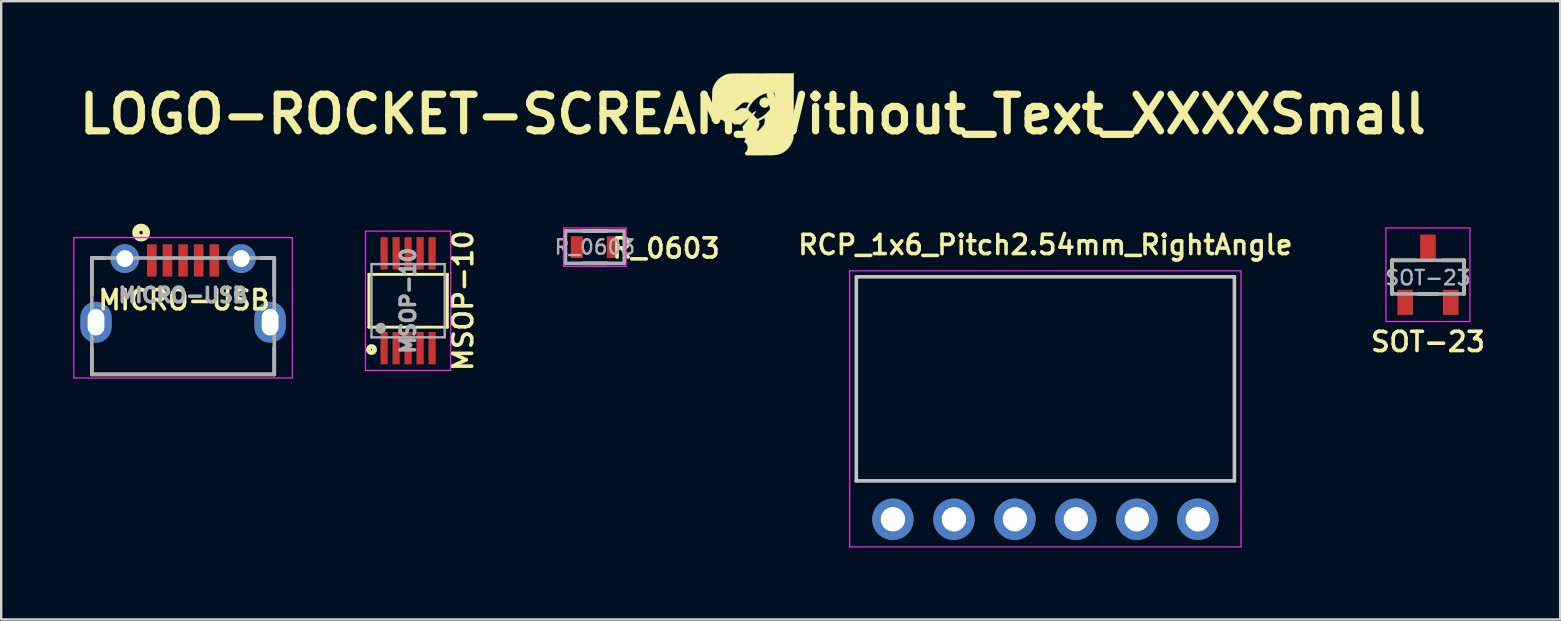
<source format=kicad_pcb>
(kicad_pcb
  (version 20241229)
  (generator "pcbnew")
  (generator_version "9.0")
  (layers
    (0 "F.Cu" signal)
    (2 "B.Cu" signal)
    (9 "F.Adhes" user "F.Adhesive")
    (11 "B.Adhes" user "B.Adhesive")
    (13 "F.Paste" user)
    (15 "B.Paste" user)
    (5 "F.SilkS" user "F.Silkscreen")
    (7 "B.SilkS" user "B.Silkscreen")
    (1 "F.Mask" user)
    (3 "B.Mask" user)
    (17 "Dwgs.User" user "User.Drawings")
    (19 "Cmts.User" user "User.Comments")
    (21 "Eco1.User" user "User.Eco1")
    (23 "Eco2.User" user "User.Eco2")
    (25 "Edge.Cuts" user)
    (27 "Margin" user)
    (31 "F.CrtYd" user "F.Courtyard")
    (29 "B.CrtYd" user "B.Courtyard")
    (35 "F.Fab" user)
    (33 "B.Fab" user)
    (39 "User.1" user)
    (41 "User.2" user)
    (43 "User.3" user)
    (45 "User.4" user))
  (footprint "MICRO-USB"
    (layer "F.Cu")
    (at 4.575 9.247)
    (property "Reference" "MICRO-USB" (at 0.045 0.202 0) (layer "F.SilkS") (effects (font (size 0.8 0.8) (thickness 0.15))))
    (attr smd)
    (fp_line (start -3.8 -1.55) (end -3.25 -1.55) (stroke (width 0.15) (type solid)) (layer "F.SilkS"))
    (fp_line (start -3.8 0) (end -3.8 -1.55) (stroke (width 0.15) (type solid)) (layer "F.SilkS"))
    (fp_line (start -3.8 3.3) (end -3.8 2.2) (stroke (width 0.15) (type solid)) (layer "F.SilkS"))
    (fp_line (start -3.8 3.3) (end 3.8 3.3) (stroke (width 0.15) (type solid)) (layer "F.SilkS"))
    (fp_line (start 3.8 0) (end 3.8 -1.55) (stroke (width 0.15) (type solid)) (layer "F.SilkS"))
    (fp_line (start 3.8 2.2) (end 3.8 3.3) (stroke (width 0.15) (type solid)) (layer "F.SilkS"))
    (fp_line (start 3.8 -1.55) (end 3.25 -1.55) (stroke (width 0.15) (type solid)) (layer "F.SilkS"))
    (fp_circle (center -1.746 -2.608) (end -1.796 -2.658) (stroke (width 0.3) (type solid)) (fill no) (layer "F.SilkS"))
    (fp_line (start -4.55 -2.4) (end -4.55 3.45) (stroke (width 0.05) (type solid)) (layer "F.CrtYd"))
    (fp_line (start -4.55 3.45) (end 4.55 3.45) (stroke (width 0.05) (type solid)) (layer "F.CrtYd"))
    (fp_line (start 4.55 -2.4) (end -4.55 -2.4) (stroke (width 0.05) (type solid)) (layer "F.CrtYd"))
    (fp_line (start 4.55 3.45) (end 4.55 -2.4) (stroke (width 0.05) (type solid)) (layer "F.CrtYd"))
    (fp_line (start -3.8 -1.55) (end 3.8 -1.55) (stroke (width 0.15) (type solid)) (layer "F.Fab"))
    (fp_line (start -3.8 3.3) (end -3.8 -1.55) (stroke (width 0.15) (type solid)) (layer "F.Fab"))
    (fp_line (start -3.8 3.3) (end 3.8 3.3) (stroke (width 0.15) (type solid)) (layer "F.Fab"))
    (fp_line (start 3.8 3.3) (end 3.8 -1.55) (stroke (width 0.15) (type solid)) (layer "F.Fab"))
    (fp_text user "${REFERENCE}" (at 0 0 0) (layer "F.Fab") (effects (font (size 0.6 0.6) (thickness 0.15))))
    (pad "1" smd rect (at -1.3 -1.45) (size 0.4 1.35) (layers "F.Cu" "F.Mask" "F.Paste"))
    (pad "2" smd rect (at -0.65 -1.45) (size 0.4 1.35) (layers "F.Cu" "F.Mask" "F.Paste"))
    (pad "3" smd rect (at 0 -1.45) (size 0.4 1.35) (layers "F.Cu" "F.Mask" "F.Paste"))
    (pad "4" smd rect (at 0.65 -1.45) (size 0.4 1.35) (layers "F.Cu" "F.Mask" "F.Paste"))
    (pad "5" smd rect (at 1.3 -1.45) (size 0.4 1.35) (layers "F.Cu" "F.Mask" "F.Paste"))
    (pad "6" thru_hole circle (at -2.425 -1.525) (size 1.2 1.2) (drill 0.7) (layers "*.Cu" "*.Mask" "F.Paste"))
    (pad "7" thru_hole circle (at 2.425 -1.525) (size 1.2 1.2) (drill 0.7) (layers "*.Cu" "*.Mask" "F.Paste"))
    (pad "8" thru_hole oval (at -3.625 1.125) (size 1.3 1.7) (drill oval 0.7 1.1) (layers "*.Cu" "*.Mask" "F.Paste"))
    (pad "9" thru_hole oval (at 3.625 1.125) (size 1.3 1.7) (drill oval 0.7 1.1) (layers "*.Cu" "*.Mask" "F.Paste")))
  (footprint "RCP_1x6_Pitch2.54mm_RightAngle"
    (layer "F.Cu")
    (at 40.495 18.58)
    (property "Reference" "RCP_1x6_Pitch2.54mm_RightAngle" (at 0 -11.43 0) (layer "F.SilkS") (effects (font (size 0.8 0.8) (thickness 0.15))))
    (attr through_hole)
    (fp_line (start -7.875 -10.1) (end -7.875 -1.6) (stroke (width 0.15) (type solid)) (layer "Dwgs.User"))
    (fp_line (start -7.875 -10.1) (end 7.875 -10.1) (stroke (width 0.15) (type solid)) (layer "Dwgs.User"))
    (fp_line (start -7.875 -1.6) (end 7.875 -1.6) (stroke (width 0.15) (type solid)) (layer "Dwgs.User"))
    (fp_line (start 7.875 -10.1) (end 7.875 -1.6) (stroke (width 0.15) (type solid)) (layer "Dwgs.User"))
    (fp_line (start -8.15 -10.35) (end -8.15 1.15) (stroke (width 0.05) (type solid)) (layer "F.CrtYd"))
    (fp_line (start -8.15 1.15) (end 8.15 1.15) (stroke (width 0.05) (type solid)) (layer "F.CrtYd"))
    (fp_line (start 8.15 -10.35) (end -8.15 -10.35) (stroke (width 0.05) (type solid)) (layer "F.CrtYd"))
    (fp_line (start 8.15 1.15) (end 8.15 -10.35) (stroke (width 0.05) (type solid)) (layer "F.CrtYd"))
    (pad "1" thru_hole oval (at -6.35 0) (size 1.727 1.727) (drill 1.016) (layers "*.Cu" "*.Mask"))
    (pad "2" thru_hole oval (at -3.81 0) (size 1.727 1.727) (drill 1.016) (layers "*.Cu" "*.Mask"))
    (pad "3" thru_hole oval (at -1.27 0) (size 1.727 1.727) (drill 1.016) (layers "*.Cu" "*.Mask"))
    (pad "4" thru_hole oval (at 1.27 0) (size 1.727 1.727) (drill 1.016) (layers "*.Cu" "*.Mask"))
    (pad "5" thru_hole oval (at 3.81 0) (size 1.727 1.727) (drill 1.016) (layers "*.Cu" "*.Mask"))
    (pad "6" thru_hole oval (at 6.35 0) (size 1.727 1.727) (drill 1.016) (layers "*.Cu" "*.Mask")))
  (footprint "MSOP-10"
    (layer "F.Cu")
    (at 13.95 9.478)
    (property "Reference" "MSOP-10" (at 2.286 0 90) (layer "F.SilkS") (effects (font (size 0.8 0.8) (thickness 0.15))))
    (attr smd)
    (fp_line (start -1.635 -1.1) (end 1.635 -1.1) (stroke (width 0.12) (type solid)) (layer "F.SilkS"))
    (fp_line (start -1.635 1.1) (end -1.635 -1.1) (stroke (width 0.12) (type solid)) (layer "F.SilkS"))
    (fp_line (start 1.635 -1.1) (end 1.635 1.1) (stroke (width 0.12) (type solid)) (layer "F.SilkS"))
    (fp_line (start 1.635 1.1) (end -1.635 1.1) (stroke (width 0.12) (type solid)) (layer "F.SilkS"))
    (fp_circle (center -1.524 2.032) (end -1.397 2.032) (stroke (width 0.2) (type solid)) (fill no) (layer "F.SilkS"))
    (fp_line (start -1.775 -2.9) (end 1.775 -2.9) (stroke (width 0.05) (type solid)) (layer "F.CrtYd"))
    (fp_line (start -1.775 2.9) (end -1.775 -2.9) (stroke (width 0.05) (type solid)) (layer "F.CrtYd"))
    (fp_line (start 1.775 -2.9) (end 1.775 2.9) (stroke (width 0.05) (type solid)) (layer "F.CrtYd"))
    (fp_line (start 1.775 2.9) (end -1.775 2.9) (stroke (width 0.05) (type solid)) (layer "F.CrtYd"))
    (fp_line (start -1.525 -1.525) (end -1.525 1.525) (stroke (width 0.1) (type solid)) (layer "F.Fab"))
    (fp_line (start -1.525 -1.525) (end 1.525 -1.525) (stroke (width 0.1) (type solid)) (layer "F.Fab"))
    (fp_line (start 1.525 1.525) (end -1.525 1.525) (stroke (width 0.1) (type solid)) (layer "F.Fab"))
    (fp_line (start 1.525 1.525) (end 1.525 -1.525) (stroke (width 0.1) (type solid)) (layer "F.Fab"))
    (fp_circle (center -1.143 1.143) (end -1.016 1.143) (stroke (width 0.2) (type solid)) (fill no) (layer "F.Fab"))
    (fp_text user "${REFERENCE}" (at 0 0 90) (layer "F.Fab") (effects (font (size 0.6 0.6) (thickness 0.15))))
    (pad "1" smd rect (at -1 1.975) (size 0.3 1.35) (layers "F.Cu" "F.Mask" "F.Paste"))
    (pad "2" smd rect (at -0.5 1.975) (size 0.3 1.35) (layers "F.Cu" "F.Mask" "F.Paste"))
    (pad "3" smd rect (at 0 1.975) (size 0.3 1.35) (layers "F.Cu" "F.Mask" "F.Paste"))
    (pad "4" smd rect (at 0.5 1.975) (size 0.3 1.35) (layers "F.Cu" "F.Mask" "F.Paste"))
    (pad "5" smd rect (at 1 1.975) (size 0.3 1.35) (layers "F.Cu" "F.Mask" "F.Paste"))
    (pad "6" smd rect (at 1 -1.975) (size 0.3 1.35) (layers "F.Cu" "F.Mask" "F.Paste"))
    (pad "7" smd rect (at 0.5 -1.975) (size 0.3 1.35) (layers "F.Cu" "F.Mask" "F.Paste"))
    (pad "8" smd rect (at 0 -1.975) (size 0.3 1.35) (layers "F.Cu" "F.Mask" "F.Paste"))
    (pad "9" smd rect (at -0.5 -1.975) (size 0.3 1.35) (layers "F.Cu" "F.Mask" "F.Paste"))
    (pad "10" smd rect (at -1 -1.975) (size 0.3 1.35) (layers "F.Cu" "F.Mask" "F.Paste")))
  (footprint "R_0603"
    (layer "F.Cu")
    (at 21.729 7.244)
    (property "Reference" "R_0603" (at 2.962 0.05 0) (layer "F.SilkS") (effects (font (size 0.8 0.8) (thickness 0.15))))
    (attr smd)
    (fp_line (start -0.5 -0.675) (end 0.5 -0.675) (stroke (width 0.15) (type solid)) (layer "F.SilkS"))
    (fp_line (start 0.5 0.675) (end -0.5 0.675) (stroke (width 0.15) (type solid)) (layer "F.SilkS"))
    (fp_line (start -1.3 -0.8) (end -1.3 0.8) (stroke (width 0.05) (type solid)) (layer "F.CrtYd"))
    (fp_line (start -1.3 -0.8) (end 1.3 -0.8) (stroke (width 0.05) (type solid)) (layer "F.CrtYd"))
    (fp_line (start -1.3 0.8) (end 1.3 0.8) (stroke (width 0.05) (type solid)) (layer "F.CrtYd"))
    (fp_line (start 1.3 -0.8) (end 1.3 0.8) (stroke (width 0.05) (type solid)) (layer "F.CrtYd"))
    (fp_line (start -1.225 -0.675) (end -1.225 0.675) (stroke (width 0.15) (type solid)) (layer "F.Fab"))
    (fp_line (start -1.225 -0.675) (end 1.225 -0.675) (stroke (width 0.15) (type solid)) (layer "F.Fab"))
    (fp_line (start -1.225 0.675) (end 1.225 0.675) (stroke (width 0.15) (type solid)) (layer "F.Fab"))
    (fp_line (start 1.225 -0.675) (end 1.225 0.675) (stroke (width 0.15) (type solid)) (layer "F.Fab"))
    (fp_text user "${REFERENCE}" (at 0 0 0) (layer "F.Fab") (effects (font (size 0.6 0.6) (thickness 0.1))))
    (pad "1" smd rect (at -0.75 0) (size 0.5 0.9) (layers "F.Cu" "F.Mask" "F.Paste"))
    (pad "2" smd rect (at 0.75 0) (size 0.5 0.9) (layers "F.Cu" "F.Mask" "F.Paste")))
  (footprint "SOT-23"
    (layer "F.Cu")
    (at 56.432 8.394)
    (property "Reference" "SOT-23" (at 0 2.794 0) (layer "F.SilkS") (effects (font (size 0.8 0.8) (thickness 0.15))))
    (attr smd)
    (fp_line (start -1.5 -0.6) (end -0.5 -0.6) (stroke (width 0.15) (type solid)) (layer "F.SilkS"))
    (fp_line (start -1.5 0.8) (end -1.5 -0.6) (stroke (width 0.15) (type solid)) (layer "F.SilkS"))
    (fp_line (start -0.4 0.8) (end 0.4 0.8) (stroke (width 0.15) (type solid)) (layer "F.SilkS"))
    (fp_line (start 0.6 -0.6) (end 1.5 -0.6) (stroke (width 0.15) (type solid)) (layer "F.SilkS"))
    (fp_line (start 1.5 0.8) (end 1.5 -0.6) (stroke (width 0.15) (type solid)) (layer "F.SilkS"))
    (fp_line (start -1.75 -1.95) (end -1.75 1.95) (stroke (width 0.05) (type solid)) (layer "F.CrtYd"))
    (fp_line (start -1.75 1.95) (end 1.75 1.95) (stroke (width 0.05) (type solid)) (layer "F.CrtYd"))
    (fp_line (start 1.75 -1.95) (end -1.75 -1.95) (stroke (width 0.05) (type solid)) (layer "F.CrtYd"))
    (fp_line (start 1.75 1.95) (end 1.75 -1.95) (stroke (width 0.05) (type solid)) (layer "F.CrtYd"))
    (fp_line (start -1.5 -0.6) (end 1.5 -0.6) (stroke (width 0.15) (type solid)) (layer "F.Fab"))
    (fp_line (start -1.5 0.8) (end -1.5 -0.6) (stroke (width 0.15) (type solid)) (layer "F.Fab"))
    (fp_line (start -1.5 0.8) (end 1.5 0.8) (stroke (width 0.15) (type solid)) (layer "F.Fab"))
    (fp_line (start 1.5 0.8) (end 1.5 -0.6) (stroke (width 0.15) (type solid)) (layer "F.Fab"))
    (fp_text user "${REFERENCE}" (at 0 0.127 0) (layer "F.Fab") (effects (font (size 0.6 0.6) (thickness 0.1))))
    (pad "1" smd rect (at -0.95 1.15) (size 0.65 1.05) (layers "F.Cu" "F.Mask" "F.Paste"))
    (pad "2" smd rect (at 0.95 1.15) (size 0.65 1.05) (layers "F.Cu" "F.Mask" "F.Paste"))
    (pad "3" smd rect (at 0 -1.15) (size 0.65 1.05) (layers "F.Cu" "F.Mask" "F.Paste")))
  (footprint "LOGO-ROCKET-SCREAM_Without_Text_XXXXSmall"
    (layer "F.Cu")
    (at 28.31 1.71)
    (property "Reference" "LOGO-ROCKET-SCREAM_Without_Text_XXXXSmall" (at 0 0 0) (layer "F.SilkS") (effects (font (size 1.524 1.524) (thickness 0.3))))
    (attr through_hole)
    (fp_poly (pts (xy 0.561 -0.683) (xy 0.615 -0.653) (xy 0.661 -0.605) (xy 0.661 -0.604) (xy 0.679 -0.576) (xy 0.689 -0.551) (xy 0.693 -0.519) (xy 0.693 -0.487) (xy 0.692 -0.445) (xy 0.687 -0.416) (xy 0.675 -0.39) (xy 0.661 -0.37) (xy 0.615 -0.321) (xy 0.56 -0.29) (xy 0.5 -0.278) (xy 0.436 -0.286) (xy 0.394 -0.302) (xy 0.341 -0.339) (xy 0.304 -0.388) (xy 0.283 -0.444) (xy 0.28 -0.503) (xy 0.295 -0.562) (xy 0.328 -0.617) (xy 0.335 -0.624) (xy 0.385 -0.666) (xy 0.442 -0.69) (xy 0.502 -0.695) (xy 0.561 -0.683)) (stroke (width 0.01) (type solid)) (fill yes) (layer "F.SilkS"))
    (fp_poly (pts (xy 1.701 -0.368) (xy 1.701 -0.172) (xy 1.701 0.003) (xy 1.7 0.16) (xy 1.7 0.299) (xy 1.699 0.422) (xy 1.699 0.529) (xy 1.698 0.621) (xy 1.697 0.701) (xy 1.696 0.769) (xy 1.695 0.826) (xy 1.694 0.873) (xy 1.693 0.912) (xy 1.691 0.944) (xy 1.69 0.969) (xy 1.688 0.99) (xy 1.685 1.006) (xy 1.683 1.02) (xy 1.68 1.032) (xy 1.677 1.044) (xy 1.676 1.048) (xy 1.628 1.179) (xy 1.565 1.298) (xy 1.486 1.405) (xy 1.394 1.497) (xy 1.289 1.574) (xy 1.173 1.634) (xy 1.047 1.676) (xy 1.011 1.684) (xy 0.989 1.688) (xy 0.966 1.692) (xy 0.94 1.695) (xy 0.91 1.697) (xy 0.872 1.699) (xy 0.827 1.701) (xy 0.77 1.702) (xy 0.702 1.703) (xy 0.619 1.703) (xy 0.521 1.704) (xy 0.404 1.704) (xy 0.317 1.704) (xy -0.282 1.704) (xy -0.336 1.622) (xy -0.299 1.586) (xy -0.255 1.532) (xy -0.226 1.47) (xy -0.213 1.404) (xy -0.215 1.338) (xy -0.231 1.276) (xy -0.262 1.222) (xy -0.308 1.18) (xy -0.31 1.178) (xy -0.355 1.149) (xy -0.33 1.101) (xy -0.317 1.071) (xy -0.31 1.042) (xy -0.308 1.005) (xy -0.309 0.973) (xy -0.312 0.927) (xy -0.319 0.894) (xy -0.331 0.866) (xy -0.342 0.848) (xy -0.366 0.817) (xy -0.391 0.793) (xy -0.401 0.786) (xy -0.42 0.773) (xy -0.422 0.767) (xy 0.142 0.767) (xy 0.147 0.767) (xy 0.165 0.753) (xy 0.193 0.728) (xy 0.23 0.694) (xy 0.274 0.652) (xy 0.285 0.64) (xy 0.343 0.582) (xy 0.388 0.536) (xy 0.421 0.498) (xy 0.445 0.467) (xy 0.462 0.439) (xy 0.466 0.43) (xy 0.495 0.351) (xy 0.505 0.273) (xy 0.498 0.207) (xy 0.49 0.175) (xy 0.484 0.154) (xy 0.482 0.148) (xy 0.472 0.153) (xy 0.448 0.167) (xy 0.414 0.186) (xy 0.398 0.196) (xy 0.356 0.22) (xy 0.317 0.241) (xy 0.286 0.256) (xy 0.28 0.259) (xy 0.257 0.27) (xy 0.249 0.282) (xy 0.253 0.3) (xy 0.254 0.302) (xy 0.262 0.339) (xy 0.264 0.389) (xy 0.261 0.441) (xy 0.252 0.488) (xy 0.248 0.499) (xy 0.231 0.537) (xy 0.208 0.575) (xy 0.202 0.582) (xy 0.175 0.63) (xy 0.161 0.683) (xy 0.154 0.721) (xy 0.147 0.752) (xy 0.142 0.767) (xy -0.422 0.767) (xy -0.425 0.761) (xy -0.419 0.739) (xy -0.417 0.731) (xy -0.405 0.675) (xy -0.405 0.613) (xy -0.417 0.56) (xy -0.423 0.538) (xy -0.423 0.522) (xy -0.414 0.503) (xy -0.394 0.477) (xy -0.388 0.47) (xy -0.35 0.421) (xy -0.309 0.37) (xy -0.269 0.318) (xy -0.232 0.269) (xy -0.2 0.225) (xy -0.174 0.19) (xy -0.156 0.165) (xy -0.15 0.154) (xy -0.15 0.153) (xy -0.159 0.158) (xy -0.182 0.174) (xy -0.216 0.198) (xy -0.258 0.229) (xy -0.305 0.264) (xy -0.353 0.301) (xy -0.401 0.338) (xy -0.445 0.372) (xy -0.461 0.385) (xy -0.518 0.432) (xy -0.569 0.416) (xy -0.615 0.408) (xy -0.665 0.407) (xy -0.712 0.413) (xy -0.741 0.424) (xy -0.756 0.426) (xy -0.772 0.414) (xy -0.792 0.392) (xy -0.841 0.348) (xy -0.9 0.319) (xy -0.967 0.307) (xy -1.036 0.312) (xy -1.095 0.332) (xy -1.148 0.356) (xy -1.176 0.312) (xy -1.216 0.267) (xy -1.27 0.234) (xy -1.333 0.215) (xy -1.376 0.212) (xy -1.435 0.22) (xy -1.498 0.242) (xy -1.555 0.275) (xy -1.591 0.305) (xy -1.621 0.336) (xy -1.705 0.281) (xy -1.702 -0.147) (xy -0.773 -0.147) (xy -0.764 -0.144) (xy -0.742 -0.148) (xy -0.738 -0.149) (xy -0.701 -0.156) (xy -0.668 -0.159) (xy -0.627 -0.169) (xy -0.594 -0.189) (xy -0.577 -0.201) (xy -0.195 -0.201) (xy -0.187 -0.178) (xy -0.166 -0.151) (xy -0.132 -0.116) (xy -0.121 -0.106) (xy -0.04 -0.023) (xy 0.033 -0.075) (xy 0.079 -0.106) (xy 0.11 -0.123) (xy 0.125 -0.126) (xy 0.126 -0.113) (xy 0.112 -0.085) (xy 0.084 -0.042) (xy 0.079 -0.035) (xy 0.057 -0.002) (xy 0.04 0.024) (xy 0.032 0.039) (xy 0.032 0.04) (xy 0.039 0.052) (xy 0.058 0.074) (xy 0.086 0.102) (xy 0.117 0.132) (xy 0.148 0.161) (xy 0.175 0.184) (xy 0.194 0.199) (xy 0.199 0.201) (xy 0.215 0.196) (xy 0.244 0.184) (xy 0.281 0.166) (xy 0.299 0.157) (xy 0.431 0.076) (xy 0.551 -0.02) (xy 0.656 -0.131) (xy 0.746 -0.254) (xy 0.819 -0.389) (xy 0.873 -0.533) (xy 0.874 -0.537) (xy 0.887 -0.582) (xy 0.895 -0.623) (xy 0.9 -0.667) (xy 0.903 -0.72) (xy 0.904 -0.767) (xy 0.905 -0.905) (xy 0.778 -0.904) (xy 0.706 -0.902) (xy 0.647 -0.897) (xy 0.592 -0.887) (xy 0.561 -0.88) (xy 0.423 -0.832) (xy 0.291 -0.766) (xy 0.168 -0.682) (xy 0.055 -0.583) (xy -0.045 -0.47) (xy -0.13 -0.344) (xy -0.151 -0.307) (xy -0.176 -0.26) (xy -0.191 -0.227) (xy -0.195 -0.201) (xy -0.577 -0.201) (xy -0.546 -0.224) (xy -0.504 -0.245) (xy -0.459 -0.256) (xy -0.404 -0.259) (xy -0.402 -0.259) (xy -0.359 -0.258) (xy -0.321 -0.255) (xy -0.296 -0.252) (xy -0.295 -0.251) (xy -0.274 -0.249) (xy -0.263 -0.259) (xy -0.261 -0.267) (xy -0.253 -0.286) (xy -0.237 -0.318) (xy -0.216 -0.358) (xy -0.201 -0.385) (xy -0.179 -0.424) (xy -0.162 -0.456) (xy -0.152 -0.477) (xy -0.151 -0.483) (xy -0.163 -0.487) (xy -0.189 -0.493) (xy -0.216 -0.498) (xy -0.291 -0.502) (xy -0.37 -0.489) (xy -0.439 -0.463) (xy -0.457 -0.451) (xy -0.485 -0.428) (xy -0.522 -0.396) (xy -0.563 -0.358) (xy -0.608 -0.316) (xy -0.652 -0.274) (xy -0.693 -0.234) (xy -0.728 -0.198) (xy -0.755 -0.17) (xy -0.77 -0.152) (xy -0.773 -0.147) (xy -1.702 -0.147) (xy -1.701 -0.338) (xy -1.7 -0.476) (xy -1.699 -0.594) (xy -1.698 -0.695) (xy -1.697 -0.781) (xy -1.694 -0.853) (xy -1.691 -0.913) (xy -1.687 -0.964) (xy -1.682 -1.006) (xy -1.675 -1.043) (xy -1.667 -1.075) (xy -1.657 -1.105) (xy -1.645 -1.135) (xy -1.63 -1.166) (xy -1.614 -1.201) (xy -1.608 -1.212) (xy -1.543 -1.327) (xy -1.466 -1.425) (xy -1.374 -1.509) (xy -1.267 -1.579) (xy -1.212 -1.608) (xy -1.186 -1.621) (xy -1.163 -1.633) (xy -1.143 -1.643) (xy -1.122 -1.652) (xy -1.101 -1.66) (xy -1.078 -1.667) (xy -1.053 -1.673) (xy -1.023 -1.678) (xy -0.988 -1.683) (xy -0.946 -1.687) (xy -0.897 -1.69) (xy -0.839 -1.692) (xy -0.771 -1.695) (xy -0.691 -1.696) (xy -0.599 -1.697) (xy -0.494 -1.698) (xy -0.374 -1.699) (xy -0.238 -1.7) (xy -0.085 -1.7) (xy 0.086 -1.7) (xy 0.276 -1.701) (xy 0.373 -1.701) (xy 1.705 -1.705) (xy 1.701 -0.368)) (stroke (width 0.01) (type solid)) (fill yes) (layer "F.SilkS")))
  (gr_rect
    (start -3 -3)
    (end 61.939 22.755)
    (stroke (width 0.1) (type default))
    (fill no)
    (layer "Edge.Cuts")))
</source>
